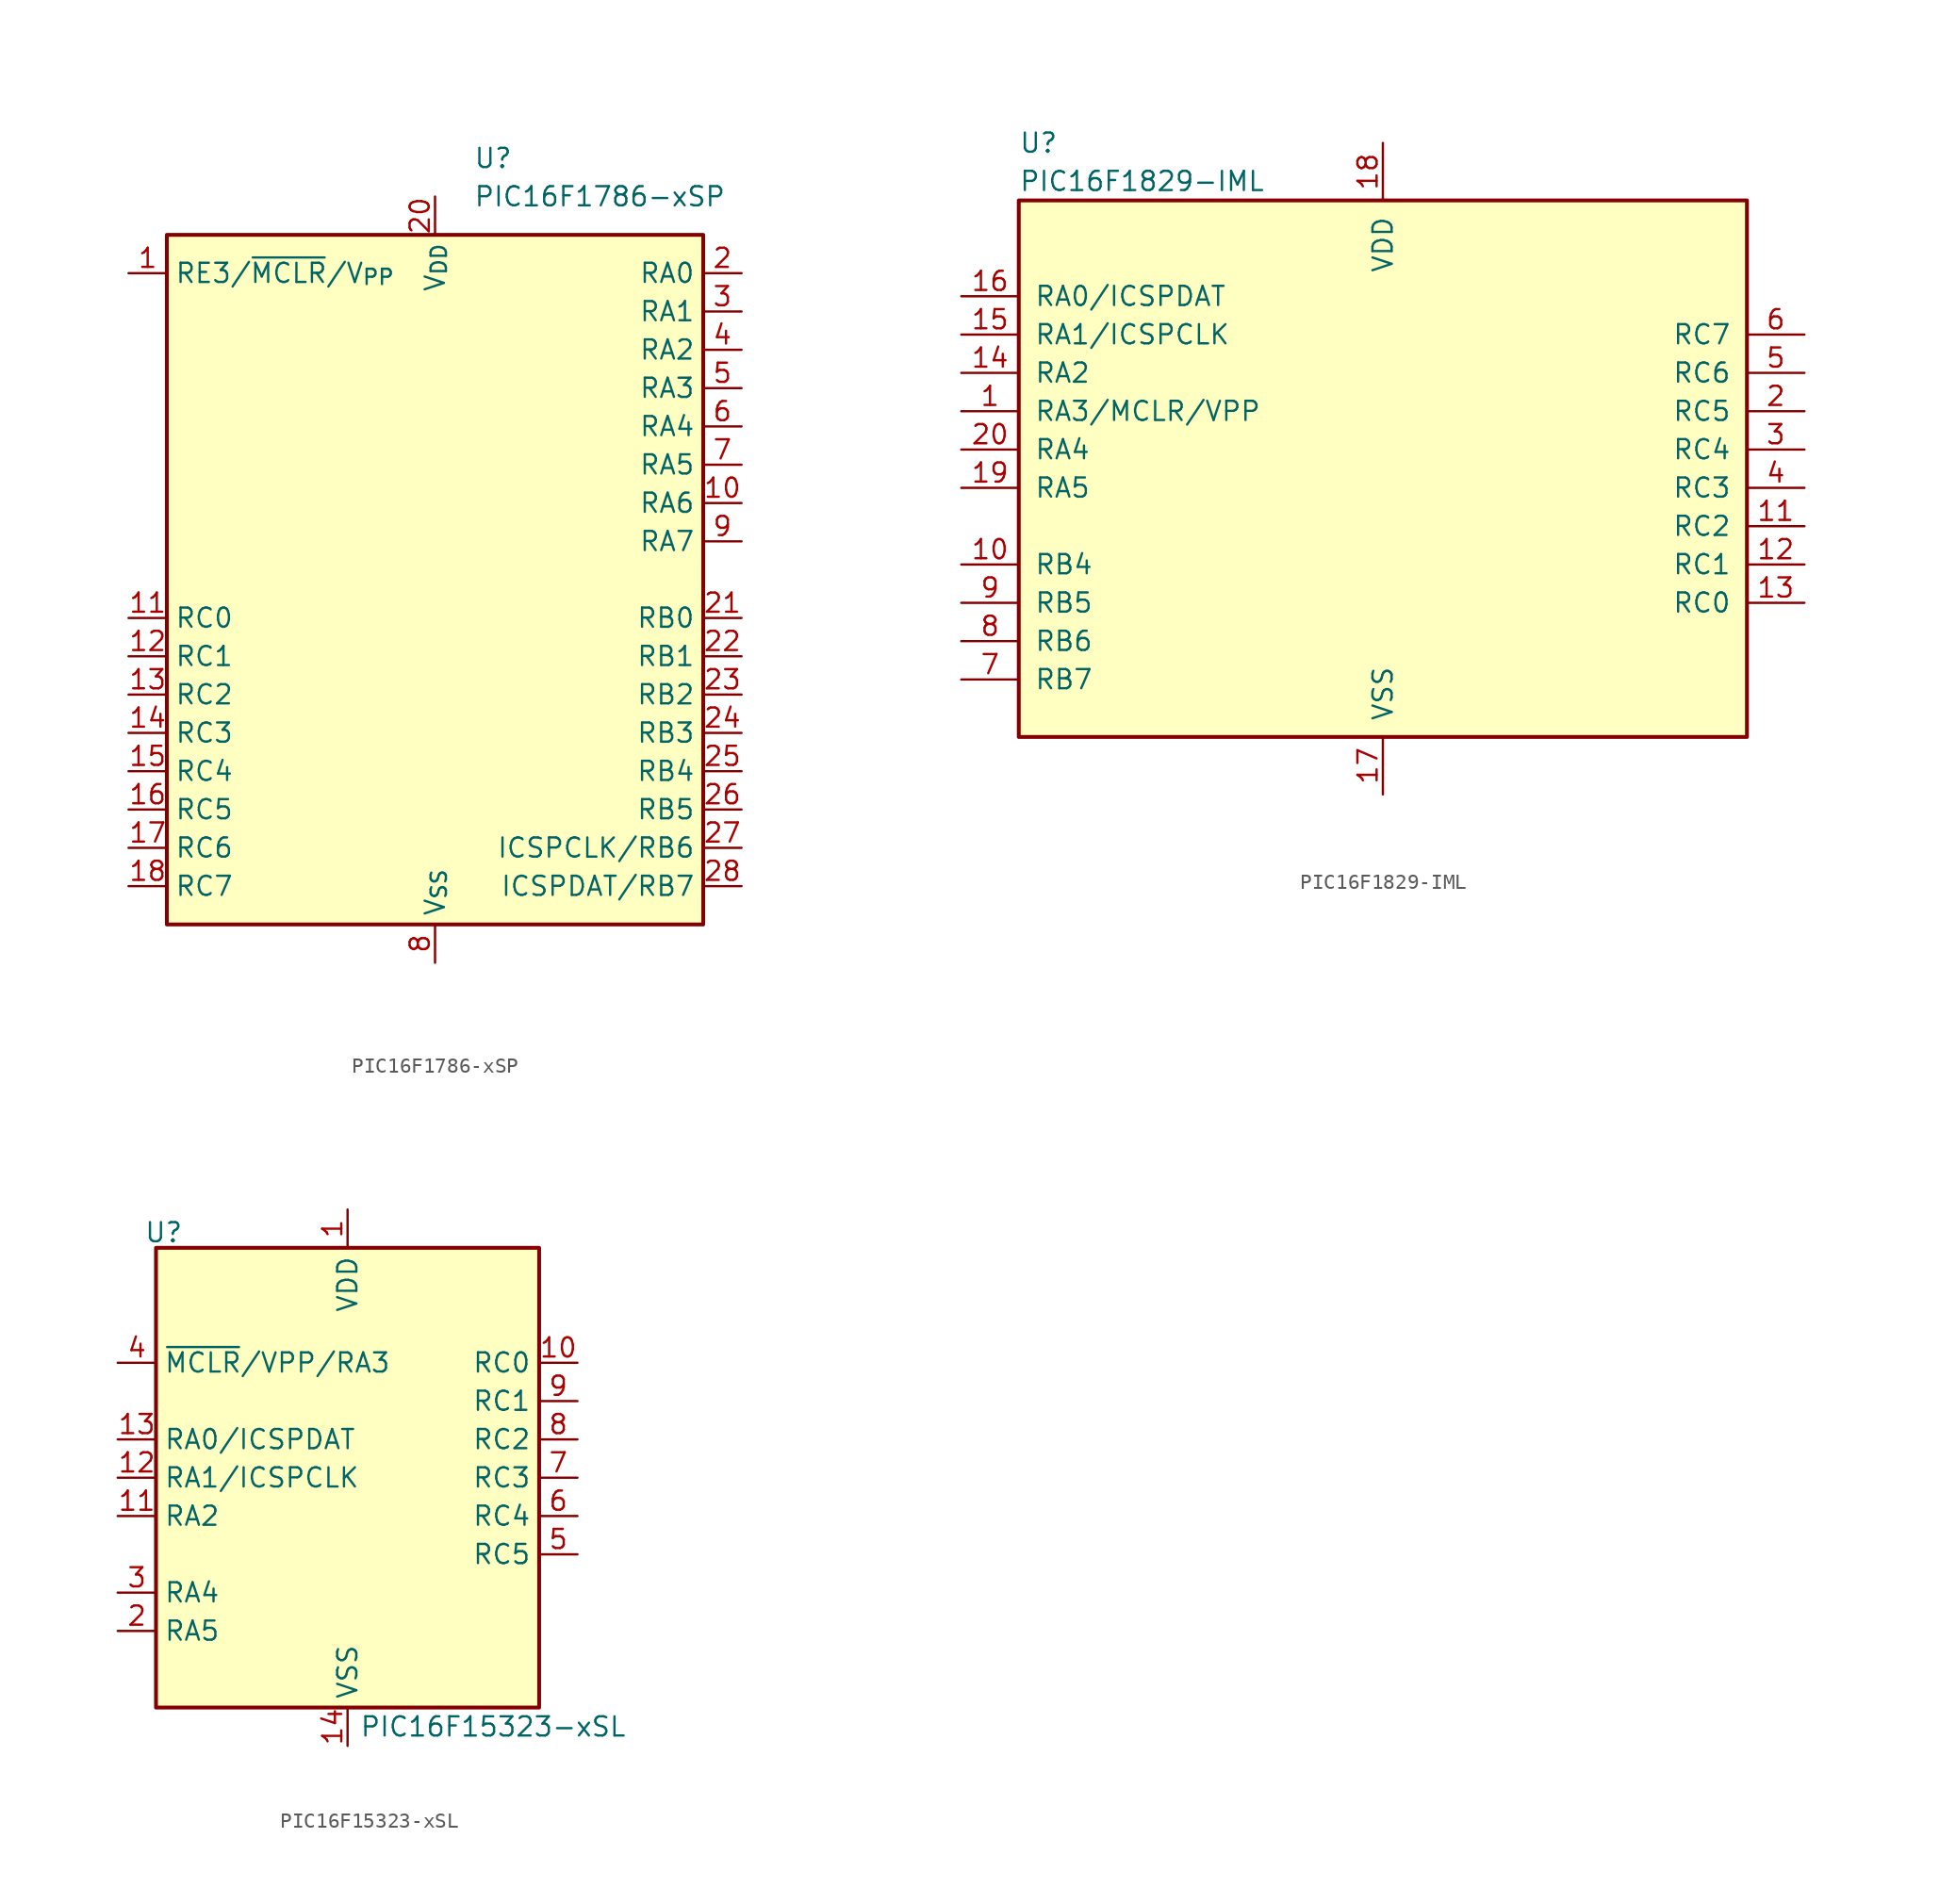
<source format=kicad_sym>
(kicad_symbol_lib
  (version 20241209)
  (generator "kicad_symbol_editor")
  (generator_version "9.0")
  (symbol "PIC16F1786-xSP"
    (property "Reference" "U"
      (at 2.54 27.94 0)
      (effects (font (size 1.27 1.27)) (justify left)))
    (property "Value" "PIC16F1786-xSP"
      (at 2.54 25.4 0)
      (effects (font (size 1.27 1.27)) (justify left)))
    (symbol "PIC16F1786-xSP_0_1"
      (rectangle (start -17.78 -22.86) (end 17.78 22.86) (stroke (width 0.254) (type default)) (fill (type background))))
    (symbol "PIC16F1786-xSP_1_1"
      (pin input line (at -20.32 20.32 0) (length 2.54) (name "RE3/~{MCLR}/V_{PP}" (effects (font (size 1.27 1.27)))) (number "1" (effects (font (size 1.27 1.27)))))
      (pin bidirectional line (at -20.32 -2.54 0) (length 2.54) (name "RC0" (effects (font (size 1.27 1.27)))) (number "11" (effects (font (size 1.27 1.27)))))
      (pin bidirectional line (at -20.32 -5.08 0) (length 2.54) (name "RC1" (effects (font (size 1.27 1.27)))) (number "12" (effects (font (size 1.27 1.27)))))
      (pin bidirectional line (at -20.32 -7.62 0) (length 2.54) (name "RC2" (effects (font (size 1.27 1.27)))) (number "13" (effects (font (size 1.27 1.27)))))
      (pin bidirectional line (at -20.32 -10.16 0) (length 2.54) (name "RC3" (effects (font (size 1.27 1.27)))) (number "14" (effects (font (size 1.27 1.27)))))
      (pin bidirectional line (at -20.32 -12.7 0) (length 2.54) (name "RC4" (effects (font (size 1.27 1.27)))) (number "15" (effects (font (size 1.27 1.27)))))
      (pin bidirectional line (at -20.32 -15.24 0) (length 2.54) (name "RC5" (effects (font (size 1.27 1.27)))) (number "16" (effects (font (size 1.27 1.27)))))
      (pin bidirectional line (at -20.32 -17.78 0) (length 2.54) (name "RC6" (effects (font (size 1.27 1.27)))) (number "17" (effects (font (size 1.27 1.27)))))
      (pin bidirectional line (at -20.32 -20.32 0) (length 2.54) (name "RC7" (effects (font (size 1.27 1.27)))) (number "18" (effects (font (size 1.27 1.27)))))
      (pin power_in line (at 0 25.4 270) (length 2.54) (name "V_{DD}" (effects (font (size 1.27 1.27)))) (number "20" (effects (font (size 1.27 1.27)))))
      (pin passive line (at 0 -25.4 90) (length 2.54) (hide yes) (name "V_{SS}" (effects (font (size 1.27 1.27)))) (number "19" (effects (font (size 1.27 1.27)))))
      (pin power_in line (at 0 -25.4 90) (length 2.54) (name "V_{SS}" (effects (font (size 1.27 1.27)))) (number "8" (effects (font (size 1.27 1.27)))))
      (pin bidirectional line (at 20.32 20.32 180) (length 2.54) (name "RA0" (effects (font (size 1.27 1.27)))) (number "2" (effects (font (size 1.27 1.27)))))
      (pin bidirectional line (at 20.32 17.78 180) (length 2.54) (name "RA1" (effects (font (size 1.27 1.27)))) (number "3" (effects (font (size 1.27 1.27)))))
      (pin bidirectional line (at 20.32 15.24 180) (length 2.54) (name "RA2" (effects (font (size 1.27 1.27)))) (number "4" (effects (font (size 1.27 1.27)))))
      (pin bidirectional line (at 20.32 12.7 180) (length 2.54) (name "RA3" (effects (font (size 1.27 1.27)))) (number "5" (effects (font (size 1.27 1.27)))))
      (pin bidirectional line (at 20.32 10.16 180) (length 2.54) (name "RA4" (effects (font (size 1.27 1.27)))) (number "6" (effects (font (size 1.27 1.27)))))
      (pin bidirectional line (at 20.32 7.62 180) (length 2.54) (name "RA5" (effects (font (size 1.27 1.27)))) (number "7" (effects (font (size 1.27 1.27)))))
      (pin bidirectional line (at 20.32 5.08 180) (length 2.54) (name "RA6" (effects (font (size 1.27 1.27)))) (number "10" (effects (font (size 1.27 1.27)))))
      (pin bidirectional line (at 20.32 2.54 180) (length 2.54) (name "RA7" (effects (font (size 1.27 1.27)))) (number "9" (effects (font (size 1.27 1.27)))))
      (pin bidirectional line (at 20.32 -2.54 180) (length 2.54) (name "RB0" (effects (font (size 1.27 1.27)))) (number "21" (effects (font (size 1.27 1.27)))))
      (pin bidirectional line (at 20.32 -5.08 180) (length 2.54) (name "RB1" (effects (font (size 1.27 1.27)))) (number "22" (effects (font (size 1.27 1.27)))))
      (pin bidirectional line (at 20.32 -7.62 180) (length 2.54) (name "RB2" (effects (font (size 1.27 1.27)))) (number "23" (effects (font (size 1.27 1.27)))))
      (pin bidirectional line (at 20.32 -10.16 180) (length 2.54) (name "RB3" (effects (font (size 1.27 1.27)))) (number "24" (effects (font (size 1.27 1.27)))))
      (pin bidirectional line (at 20.32 -12.7 180) (length 2.54) (name "RB4" (effects (font (size 1.27 1.27)))) (number "25" (effects (font (size 1.27 1.27)))))
      (pin bidirectional line (at 20.32 -15.24 180) (length 2.54) (name "RB5" (effects (font (size 1.27 1.27)))) (number "26" (effects (font (size 1.27 1.27)))))
      (pin bidirectional line (at 20.32 -17.78 180) (length 2.54) (name "ICSPCLK/RB6" (effects (font (size 1.27 1.27)))) (number "27" (effects (font (size 1.27 1.27)))))
      (pin bidirectional line (at 20.32 -20.32 180) (length 2.54) (name "ICSPDAT/RB7" (effects (font (size 1.27 1.27)))) (number "28" (effects (font (size 1.27 1.27)))))))
  (symbol "PIC16F1829-IML"
    (pin_names
      (offset 1.016))
    (property "Reference" "U"
      (at -24.13 22.86 0)
      (effects (font (size 1.27 1.27)) (justify left)))
    (property "Value" "PIC16F1829-IML"
      (at -24.13 20.32 0)
      (effects (font (size 1.27 1.27)) (justify left)))
    (symbol "PIC16F1829-IML_0_1"
      (rectangle (start -24.13 19.05) (end 24.13 -16.51) (stroke (width 0.254) (type default)) (fill (type background))))
    (symbol "PIC16F1829-IML_1_1"
      (pin bidirectional line (at -27.94 12.7 0) (length 3.81) (name "RA0/ICSPDAT" (effects (font (size 1.27 1.27)))) (number "16" (effects (font (size 1.27 1.27)))))
      (pin bidirectional line (at -27.94 10.16 0) (length 3.81) (name "RA1/ICSPCLK" (effects (font (size 1.27 1.27)))) (number "15" (effects (font (size 1.27 1.27)))))
      (pin bidirectional line (at -27.94 7.62 0) (length 3.81) (name "RA2" (effects (font (size 1.27 1.27)))) (number "14" (effects (font (size 1.27 1.27)))))
      (pin bidirectional line (at -27.94 5.08 0) (length 3.81) (name "RA3/MCLR/VPP" (effects (font (size 1.27 1.27)))) (number "1" (effects (font (size 1.27 1.27)))))
      (pin bidirectional line (at -27.94 2.54 0) (length 3.81) (name "RA4" (effects (font (size 1.27 1.27)))) (number "20" (effects (font (size 1.27 1.27)))))
      (pin bidirectional line (at -27.94 0 0) (length 3.81) (name "RA5" (effects (font (size 1.27 1.27)))) (number "19" (effects (font (size 1.27 1.27)))))
      (pin bidirectional line (at -27.94 -5.08 0) (length 3.81) (name "RB4" (effects (font (size 1.27 1.27)))) (number "10" (effects (font (size 1.27 1.27)))))
      (pin bidirectional line (at -27.94 -7.62 0) (length 3.81) (name "RB5" (effects (font (size 1.27 1.27)))) (number "9" (effects (font (size 1.27 1.27)))))
      (pin bidirectional line (at -27.94 -10.16 0) (length 3.81) (name "RB6" (effects (font (size 1.27 1.27)))) (number "8" (effects (font (size 1.27 1.27)))))
      (pin bidirectional line (at -27.94 -12.7 0) (length 3.81) (name "RB7" (effects (font (size 1.27 1.27)))) (number "7" (effects (font (size 1.27 1.27)))))
      (pin power_in line (at 0 22.86 270) (length 3.81) (name "VDD" (effects (font (size 1.27 1.27)))) (number "18" (effects (font (size 1.27 1.27)))))
      (pin power_in line (at 0 -20.32 90) (length 3.81) (name "VSS" (effects (font (size 1.27 1.27)))) (number "17" (effects (font (size 1.27 1.27)))))
      (pin bidirectional line (at 27.94 10.16 180) (length 3.81) (name "RC7" (effects (font (size 1.27 1.27)))) (number "6" (effects (font (size 1.27 1.27)))))
      (pin bidirectional line (at 27.94 7.62 180) (length 3.81) (name "RC6" (effects (font (size 1.27 1.27)))) (number "5" (effects (font (size 1.27 1.27)))))
      (pin bidirectional line (at 27.94 5.08 180) (length 3.81) (name "RC5" (effects (font (size 1.27 1.27)))) (number "2" (effects (font (size 1.27 1.27)))))
      (pin bidirectional line (at 27.94 2.54 180) (length 3.81) (name "RC4" (effects (font (size 1.27 1.27)))) (number "3" (effects (font (size 1.27 1.27)))))
      (pin bidirectional line (at 27.94 0 180) (length 3.81) (name "RC3" (effects (font (size 1.27 1.27)))) (number "4" (effects (font (size 1.27 1.27)))))
      (pin bidirectional line (at 27.94 -2.54 180) (length 3.81) (name "RC2" (effects (font (size 1.27 1.27)))) (number "11" (effects (font (size 1.27 1.27)))))
      (pin bidirectional line (at 27.94 -5.08 180) (length 3.81) (name "RC1" (effects (font (size 1.27 1.27)))) (number "12" (effects (font (size 1.27 1.27)))))
      (pin bidirectional line (at 27.94 -7.62 180) (length 3.81) (name "RC0" (effects (font (size 1.27 1.27)))) (number "13" (effects (font (size 1.27 1.27)))))))
  (symbol "PIC16F15323-xSL"
    (property "Reference" "U"
      (at -12.192 16.256 0)
      (effects (font (size 1.27 1.27))))
    (property "Value" "PIC16F15323-xSL"
      (at 9.652 -16.51 0)
      (effects (font (size 1.27 1.27))))
    (symbol "PIC16F15323-xSL_0_1"
      (rectangle (start -12.7 15.24) (end 12.7 -15.24) (stroke (width 0.254) (type default)) (fill (type background))))
    (symbol "PIC16F15323-xSL_1_1"
      (pin bidirectional line (at -15.24 7.62 0) (length 2.54) (name "~{MCLR}/VPP/RA3" (effects (font (size 1.27 1.27)))) (number "4" (effects (font (size 1.27 1.27)))) (alternate "IOCA3" input line))
      (pin bidirectional line (at -15.24 2.54 0) (length 2.54) (name "RA0/ICSPDAT" (effects (font (size 1.27 1.27)))) (number "13" (effects (font (size 1.27 1.27)))) (alternate "ANA0" input line) (alternate "C1IN0+" input line) (alternate "DAC1OUT" output line) (alternate "IOCA0" input line))
      (pin bidirectional line (at -15.24 0 0) (length 2.54) (name "RA1/ICSPCLK" (effects (font (size 1.27 1.27)))) (number "12" (effects (font (size 1.27 1.27)))) (alternate "ANA1" input line) (alternate "C1IN0-" input line) (alternate "C2IN0-" input line) (alternate "DAC1REF+" input line) (alternate "IOCA1" input line) (alternate "T0CKI" input line) (alternate "VREF+" input line))
      (pin bidirectional line (at -15.24 -2.54 0) (length 2.54) (name "RA2" (effects (font (size 1.27 1.27)))) (number "11" (effects (font (size 1.27 1.27)))) (alternate "ANA2" input line) (alternate "CWG1IN" input line) (alternate "INT" input line) (alternate "IOCA2" input line) (alternate "ZCD1" input line))
      (pin bidirectional line (at -15.24 -7.62 0) (length 2.54) (name "RA4" (effects (font (size 1.27 1.27)))) (number "3" (effects (font (size 1.27 1.27)))) (alternate "ANA4" input line) (alternate "CLKOUT" output line) (alternate "IOCA4" input line) (alternate "OSC2" passive line) (alternate "T1G" input line))
      (pin bidirectional line (at -15.24 -10.16 0) (length 2.54) (name "RA5" (effects (font (size 1.27 1.27)))) (number "2" (effects (font (size 1.27 1.27)))) (alternate "ANA5" input line) (alternate "CLCIN3" input line) (alternate "CLKIN" input line) (alternate "EIN" input line) (alternate "IOCA5" input line) (alternate "OSC1" passive line) (alternate "T1CKI" input line) (alternate "T2IN" input line))
      (pin power_in line (at 0 17.78 270) (length 2.54) (name "VDD" (effects (font (size 1.27 1.27)))) (number "1" (effects (font (size 1.27 1.27)))))
      (pin power_in line (at 0 -17.78 90) (length 2.54) (name "VSS" (effects (font (size 1.27 1.27)))) (number "14" (effects (font (size 1.27 1.27)))))
      (pin bidirectional line (at 15.24 7.62 180) (length 2.54) (name "RC0" (effects (font (size 1.27 1.27)))) (number "10" (effects (font (size 1.27 1.27)))) (alternate "ANC0" input line) (alternate "C2IN0+" input line) (alternate "IOCC0" input line) (alternate "SCK1" bidirectional line) (alternate "SCL1" open_collector line))
      (pin bidirectional line (at 15.24 5.08 180) (length 2.54) (name "RC1" (effects (font (size 1.27 1.27)))) (number "9" (effects (font (size 1.27 1.27)))) (alternate "ANC1" input line) (alternate "C1IN1-" input line) (alternate "C2IN1-" input line) (alternate "CLCIN2" input line) (alternate "IOCC1" input line) (alternate "SDA1" open_collector line) (alternate "SDI1" input line))
      (pin bidirectional line (at 15.24 2.54 180) (length 2.54) (name "RC2" (effects (font (size 1.27 1.27)))) (number "8" (effects (font (size 1.27 1.27)))) (alternate "ANC2" input line) (alternate "C1IN2-" input line) (alternate "C2IN2-" input line) (alternate "IOCC2" input line))
      (pin bidirectional line (at 15.24 0 180) (length 2.54) (name "RC3" (effects (font (size 1.27 1.27)))) (number "7" (effects (font (size 1.27 1.27)))) (alternate "ANC3" input line) (alternate "C1IN3-" input line) (alternate "C2IN3-" input line) (alternate "CCP2" bidirectional line) (alternate "CLCIN0" input line) (alternate "IOCC3" input line) (alternate "~{SS1}" input line))
      (pin bidirectional line (at 15.24 -2.54 180) (length 2.54) (name "RC4" (effects (font (size 1.27 1.27)))) (number "6" (effects (font (size 1.27 1.27)))) (alternate "ANC4" input line) (alternate "CK1" bidirectional line) (alternate "CLCIN1" input line) (alternate "IOCC4" input line) (alternate "TX1" output line))
      (pin bidirectional line (at 15.24 -5.08 180) (length 2.54) (name "RC5" (effects (font (size 1.27 1.27)))) (number "5" (effects (font (size 1.27 1.27)))) (alternate "ANC5" input line) (alternate "CCP1" bidirectional line) (alternate "DT1" bidirectional line) (alternate "IOCC5" input line) (alternate "RX1" input line)))))
</source>
